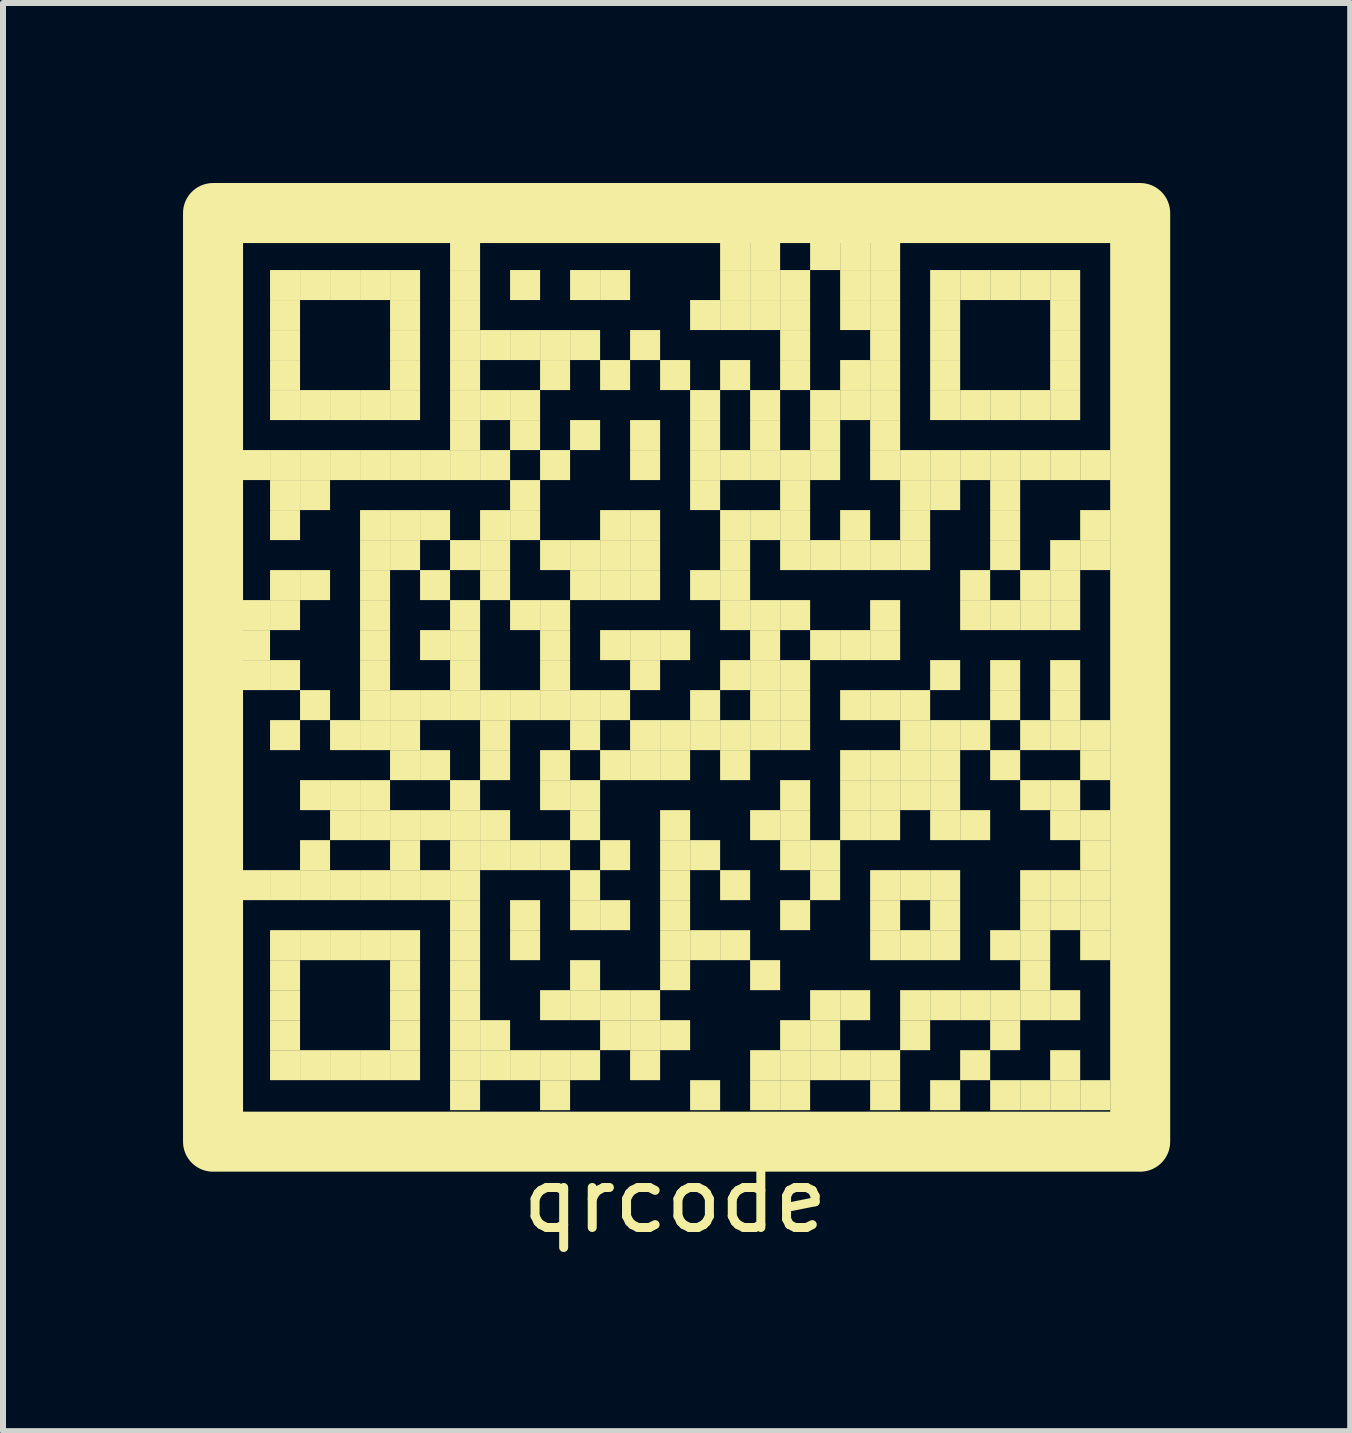
<source format=kicad_pcb>
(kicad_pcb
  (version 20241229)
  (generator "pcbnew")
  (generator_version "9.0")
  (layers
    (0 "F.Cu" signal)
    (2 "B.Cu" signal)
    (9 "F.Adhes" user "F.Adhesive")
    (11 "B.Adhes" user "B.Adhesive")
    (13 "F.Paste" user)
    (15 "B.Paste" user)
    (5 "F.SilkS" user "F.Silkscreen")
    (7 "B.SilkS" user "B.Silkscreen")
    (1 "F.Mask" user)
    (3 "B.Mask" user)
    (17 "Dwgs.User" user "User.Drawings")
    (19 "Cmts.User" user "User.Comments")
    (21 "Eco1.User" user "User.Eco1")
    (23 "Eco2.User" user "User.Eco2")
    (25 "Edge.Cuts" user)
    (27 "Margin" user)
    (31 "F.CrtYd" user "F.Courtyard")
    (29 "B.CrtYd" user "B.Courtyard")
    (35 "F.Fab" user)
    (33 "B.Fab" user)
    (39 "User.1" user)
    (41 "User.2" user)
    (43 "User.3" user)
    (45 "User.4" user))
  (footprint "qrcode"
    (layer "F.Cu")
    (at 8.2 8.2)
    (property "Reference" "qrcode" (at 0 8.75 0) (layer "F.SilkS") (effects (font (size 1 1) (thickness 0.15))))
    (fp_rect (start -7.7 -7.7) (end 7.75 7.775) (stroke (width 1) (type solid)) (fill no) (layer "F.SilkS"))
    (fp_rect (start -7.25 -3.75) (end -6.75 -3.25) (stroke (width 0) (type default)) (fill yes) (layer "F.SilkS"))
    (fp_rect (start -7.25 -1.25) (end -6.75 -0.75) (stroke (width 0) (type default)) (fill yes) (layer "F.SilkS"))
    (fp_rect (start -7.25 -0.75) (end -6.75 -0.25) (stroke (width 0) (type default)) (fill yes) (layer "F.SilkS"))
    (fp_rect (start -7.25 -0.25) (end -6.75 0.25) (stroke (width 0) (type default)) (fill yes) (layer "F.SilkS"))
    (fp_rect (start -7.25 3.25) (end -6.75 3.75) (stroke (width 0) (type default)) (fill yes) (layer "F.SilkS"))
    (fp_rect (start -6.75 -6.75) (end -6.25 -6.25) (stroke (width 0) (type default)) (fill yes) (layer "F.SilkS"))
    (fp_rect (start -6.75 -6.25) (end -6.25 -5.75) (stroke (width 0) (type default)) (fill yes) (layer "F.SilkS"))
    (fp_rect (start -6.75 -5.75) (end -6.25 -5.25) (stroke (width 0) (type default)) (fill yes) (layer "F.SilkS"))
    (fp_rect (start -6.75 -5.25) (end -6.25 -4.75) (stroke (width 0) (type default)) (fill yes) (layer "F.SilkS"))
    (fp_rect (start -6.75 -4.75) (end -6.25 -4.25) (stroke (width 0) (type default)) (fill yes) (layer "F.SilkS"))
    (fp_rect (start -6.75 -3.75) (end -6.25 -3.25) (stroke (width 0) (type default)) (fill yes) (layer "F.SilkS"))
    (fp_rect (start -6.75 -3.25) (end -6.25 -2.75) (stroke (width 0) (type default)) (fill yes) (layer "F.SilkS"))
    (fp_rect (start -6.75 -2.75) (end -6.25 -2.25) (stroke (width 0) (type default)) (fill yes) (layer "F.SilkS"))
    (fp_rect (start -6.75 -1.75) (end -6.25 -1.25) (stroke (width 0) (type default)) (fill yes) (layer "F.SilkS"))
    (fp_rect (start -6.75 -1.25) (end -6.25 -0.75) (stroke (width 0) (type default)) (fill yes) (layer "F.SilkS"))
    (fp_rect (start -6.75 -0.25) (end -6.25 0.25) (stroke (width 0) (type default)) (fill yes) (layer "F.SilkS"))
    (fp_rect (start -6.75 0.75) (end -6.25 1.25) (stroke (width 0) (type default)) (fill yes) (layer "F.SilkS"))
    (fp_rect (start -6.75 3.25) (end -6.25 3.75) (stroke (width 0) (type default)) (fill yes) (layer "F.SilkS"))
    (fp_rect (start -6.75 4.25) (end -6.25 4.75) (stroke (width 0) (type default)) (fill yes) (layer "F.SilkS"))
    (fp_rect (start -6.75 4.75) (end -6.25 5.25) (stroke (width 0) (type default)) (fill yes) (layer "F.SilkS"))
    (fp_rect (start -6.75 5.25) (end -6.25 5.75) (stroke (width 0) (type default)) (fill yes) (layer "F.SilkS"))
    (fp_rect (start -6.75 5.75) (end -6.25 6.25) (stroke (width 0) (type default)) (fill yes) (layer "F.SilkS"))
    (fp_rect (start -6.75 6.25) (end -6.25 6.75) (stroke (width 0) (type default)) (fill yes) (layer "F.SilkS"))
    (fp_rect (start -6.25 -6.75) (end -5.75 -6.25) (stroke (width 0) (type default)) (fill yes) (layer "F.SilkS"))
    (fp_rect (start -6.25 -4.75) (end -5.75 -4.25) (stroke (width 0) (type default)) (fill yes) (layer "F.SilkS"))
    (fp_rect (start -6.25 -3.75) (end -5.75 -3.25) (stroke (width 0) (type default)) (fill yes) (layer "F.SilkS"))
    (fp_rect (start -6.25 -3.25) (end -5.75 -2.75) (stroke (width 0) (type default)) (fill yes) (layer "F.SilkS"))
    (fp_rect (start -6.25 -1.75) (end -5.75 -1.25) (stroke (width 0) (type default)) (fill yes) (layer "F.SilkS"))
    (fp_rect (start -6.25 0.25) (end -5.75 0.75) (stroke (width 0) (type default)) (fill yes) (layer "F.SilkS"))
    (fp_rect (start -6.25 1.75) (end -5.75 2.25) (stroke (width 0) (type default)) (fill yes) (layer "F.SilkS"))
    (fp_rect (start -6.25 2.75) (end -5.75 3.25) (stroke (width 0) (type default)) (fill yes) (layer "F.SilkS"))
    (fp_rect (start -6.25 3.25) (end -5.75 3.75) (stroke (width 0) (type default)) (fill yes) (layer "F.SilkS"))
    (fp_rect (start -6.25 4.25) (end -5.75 4.75) (stroke (width 0) (type default)) (fill yes) (layer "F.SilkS"))
    (fp_rect (start -6.25 6.25) (end -5.75 6.75) (stroke (width 0) (type default)) (fill yes) (layer "F.SilkS"))
    (fp_rect (start -5.75 -6.75) (end -5.25 -6.25) (stroke (width 0) (type default)) (fill yes) (layer "F.SilkS"))
    (fp_rect (start -5.75 -4.75) (end -5.25 -4.25) (stroke (width 0) (type default)) (fill yes) (layer "F.SilkS"))
    (fp_rect (start -5.75 -3.75) (end -5.25 -3.25) (stroke (width 0) (type default)) (fill yes) (layer "F.SilkS"))
    (fp_rect (start -5.75 0.75) (end -5.25 1.25) (stroke (width 0) (type default)) (fill yes) (layer "F.SilkS"))
    (fp_rect (start -5.75 1.75) (end -5.25 2.25) (stroke (width 0) (type default)) (fill yes) (layer "F.SilkS"))
    (fp_rect (start -5.75 2.25) (end -5.25 2.75) (stroke (width 0) (type default)) (fill yes) (layer "F.SilkS"))
    (fp_rect (start -5.75 3.25) (end -5.25 3.75) (stroke (width 0) (type default)) (fill yes) (layer "F.SilkS"))
    (fp_rect (start -5.75 4.25) (end -5.25 4.75) (stroke (width 0) (type default)) (fill yes) (layer "F.SilkS"))
    (fp_rect (start -5.75 6.25) (end -5.25 6.75) (stroke (width 0) (type default)) (fill yes) (layer "F.SilkS"))
    (fp_rect (start -5.25 -6.75) (end -4.75 -6.25) (stroke (width 0) (type default)) (fill yes) (layer "F.SilkS"))
    (fp_rect (start -5.25 -4.75) (end -4.75 -4.25) (stroke (width 0) (type default)) (fill yes) (layer "F.SilkS"))
    (fp_rect (start -5.25 -3.75) (end -4.75 -3.25) (stroke (width 0) (type default)) (fill yes) (layer "F.SilkS"))
    (fp_rect (start -5.25 -2.75) (end -4.75 -2.25) (stroke (width 0) (type default)) (fill yes) (layer "F.SilkS"))
    (fp_rect (start -5.25 -2.25) (end -4.75 -1.75) (stroke (width 0) (type default)) (fill yes) (layer "F.SilkS"))
    (fp_rect (start -5.25 -1.75) (end -4.75 -1.25) (stroke (width 0) (type default)) (fill yes) (layer "F.SilkS"))
    (fp_rect (start -5.25 -1.25) (end -4.75 -0.75) (stroke (width 0) (type default)) (fill yes) (layer "F.SilkS"))
    (fp_rect (start -5.25 -0.75) (end -4.75 -0.25) (stroke (width 0) (type default)) (fill yes) (layer "F.SilkS"))
    (fp_rect (start -5.25 -0.25) (end -4.75 0.25) (stroke (width 0) (type default)) (fill yes) (layer "F.SilkS"))
    (fp_rect (start -5.25 0.25) (end -4.75 0.75) (stroke (width 0) (type default)) (fill yes) (layer "F.SilkS"))
    (fp_rect (start -5.25 0.75) (end -4.75 1.25) (stroke (width 0) (type default)) (fill yes) (layer "F.SilkS"))
    (fp_rect (start -5.25 1.75) (end -4.75 2.25) (stroke (width 0) (type default)) (fill yes) (layer "F.SilkS"))
    (fp_rect (start -5.25 2.25) (end -4.75 2.75) (stroke (width 0) (type default)) (fill yes) (layer "F.SilkS"))
    (fp_rect (start -5.25 3.25) (end -4.75 3.75) (stroke (width 0) (type default)) (fill yes) (layer "F.SilkS"))
    (fp_rect (start -5.25 4.25) (end -4.75 4.75) (stroke (width 0) (type default)) (fill yes) (layer "F.SilkS"))
    (fp_rect (start -5.25 6.25) (end -4.75 6.75) (stroke (width 0) (type default)) (fill yes) (layer "F.SilkS"))
    (fp_rect (start -4.75 -6.75) (end -4.25 -6.25) (stroke (width 0) (type default)) (fill yes) (layer "F.SilkS"))
    (fp_rect (start -4.75 -6.25) (end -4.25 -5.75) (stroke (width 0) (type default)) (fill yes) (layer "F.SilkS"))
    (fp_rect (start -4.75 -5.75) (end -4.25 -5.25) (stroke (width 0) (type default)) (fill yes) (layer "F.SilkS"))
    (fp_rect (start -4.75 -5.25) (end -4.25 -4.75) (stroke (width 0) (type default)) (fill yes) (layer "F.SilkS"))
    (fp_rect (start -4.75 -4.75) (end -4.25 -4.25) (stroke (width 0) (type default)) (fill yes) (layer "F.SilkS"))
    (fp_rect (start -4.75 -3.75) (end -4.25 -3.25) (stroke (width 0) (type default)) (fill yes) (layer "F.SilkS"))
    (fp_rect (start -4.75 -2.75) (end -4.25 -2.25) (stroke (width 0) (type default)) (fill yes) (layer "F.SilkS"))
    (fp_rect (start -4.75 -2.25) (end -4.25 -1.75) (stroke (width 0) (type default)) (fill yes) (layer "F.SilkS"))
    (fp_rect (start -4.75 0.25) (end -4.25 0.75) (stroke (width 0) (type default)) (fill yes) (layer "F.SilkS"))
    (fp_rect (start -4.75 0.75) (end -4.25 1.25) (stroke (width 0) (type default)) (fill yes) (layer "F.SilkS"))
    (fp_rect (start -4.75 1.25) (end -4.25 1.75) (stroke (width 0) (type default)) (fill yes) (layer "F.SilkS"))
    (fp_rect (start -4.75 2.25) (end -4.25 2.75) (stroke (width 0) (type default)) (fill yes) (layer "F.SilkS"))
    (fp_rect (start -4.75 2.75) (end -4.25 3.25) (stroke (width 0) (type default)) (fill yes) (layer "F.SilkS"))
    (fp_rect (start -4.75 3.25) (end -4.25 3.75) (stroke (width 0) (type default)) (fill yes) (layer "F.SilkS"))
    (fp_rect (start -4.75 4.25) (end -4.25 4.75) (stroke (width 0) (type default)) (fill yes) (layer "F.SilkS"))
    (fp_rect (start -4.75 4.75) (end -4.25 5.25) (stroke (width 0) (type default)) (fill yes) (layer "F.SilkS"))
    (fp_rect (start -4.75 5.25) (end -4.25 5.75) (stroke (width 0) (type default)) (fill yes) (layer "F.SilkS"))
    (fp_rect (start -4.75 5.75) (end -4.25 6.25) (stroke (width 0) (type default)) (fill yes) (layer "F.SilkS"))
    (fp_rect (start -4.75 6.25) (end -4.25 6.75) (stroke (width 0) (type default)) (fill yes) (layer "F.SilkS"))
    (fp_rect (start -4.25 -3.75) (end -3.75 -3.25) (stroke (width 0) (type default)) (fill yes) (layer "F.SilkS"))
    (fp_rect (start -4.25 -2.75) (end -3.75 -2.25) (stroke (width 0) (type default)) (fill yes) (layer "F.SilkS"))
    (fp_rect (start -4.25 -1.75) (end -3.75 -1.25) (stroke (width 0) (type default)) (fill yes) (layer "F.SilkS"))
    (fp_rect (start -4.25 -0.75) (end -3.75 -0.25) (stroke (width 0) (type default)) (fill yes) (layer "F.SilkS"))
    (fp_rect (start -4.25 0.25) (end -3.75 0.75) (stroke (width 0) (type default)) (fill yes) (layer "F.SilkS"))
    (fp_rect (start -4.25 1.25) (end -3.75 1.75) (stroke (width 0) (type default)) (fill yes) (layer "F.SilkS"))
    (fp_rect (start -4.25 2.25) (end -3.75 2.75) (stroke (width 0) (type default)) (fill yes) (layer "F.SilkS"))
    (fp_rect (start -4.25 3.25) (end -3.75 3.75) (stroke (width 0) (type default)) (fill yes) (layer "F.SilkS"))
    (fp_rect (start -3.75 -7.25) (end -3.25 -6.75) (stroke (width 0) (type default)) (fill yes) (layer "F.SilkS"))
    (fp_rect (start -3.75 -6.75) (end -3.25 -6.25) (stroke (width 0) (type default)) (fill yes) (layer "F.SilkS"))
    (fp_rect (start -3.75 -6.25) (end -3.25 -5.75) (stroke (width 0) (type default)) (fill yes) (layer "F.SilkS"))
    (fp_rect (start -3.75 -5.75) (end -3.25 -5.25) (stroke (width 0) (type default)) (fill yes) (layer "F.SilkS"))
    (fp_rect (start -3.75 -5.25) (end -3.25 -4.75) (stroke (width 0) (type default)) (fill yes) (layer "F.SilkS"))
    (fp_rect (start -3.75 -4.75) (end -3.25 -4.25) (stroke (width 0) (type default)) (fill yes) (layer "F.SilkS"))
    (fp_rect (start -3.75 -4.25) (end -3.25 -3.75) (stroke (width 0) (type default)) (fill yes) (layer "F.SilkS"))
    (fp_rect (start -3.75 -3.75) (end -3.25 -3.25) (stroke (width 0) (type default)) (fill yes) (layer "F.SilkS"))
    (fp_rect (start -3.75 -2.25) (end -3.25 -1.75) (stroke (width 0) (type default)) (fill yes) (layer "F.SilkS"))
    (fp_rect (start -3.75 -1.25) (end -3.25 -0.75) (stroke (width 0) (type default)) (fill yes) (layer "F.SilkS"))
    (fp_rect (start -3.75 -0.75) (end -3.25 -0.25) (stroke (width 0) (type default)) (fill yes) (layer "F.SilkS"))
    (fp_rect (start -3.75 -0.25) (end -3.25 0.25) (stroke (width 0) (type default)) (fill yes) (layer "F.SilkS"))
    (fp_rect (start -3.75 0.25) (end -3.25 0.75) (stroke (width 0) (type default)) (fill yes) (layer "F.SilkS"))
    (fp_rect (start -3.75 1.75) (end -3.25 2.25) (stroke (width 0) (type default)) (fill yes) (layer "F.SilkS"))
    (fp_rect (start -3.75 2.25) (end -3.25 2.75) (stroke (width 0) (type default)) (fill yes) (layer "F.SilkS"))
    (fp_rect (start -3.75 2.75) (end -3.25 3.25) (stroke (width 0) (type default)) (fill yes) (layer "F.SilkS"))
    (fp_rect (start -3.75 3.25) (end -3.25 3.75) (stroke (width 0) (type default)) (fill yes) (layer "F.SilkS"))
    (fp_rect (start -3.75 3.75) (end -3.25 4.25) (stroke (width 0) (type default)) (fill yes) (layer "F.SilkS"))
    (fp_rect (start -3.75 4.25) (end -3.25 4.75) (stroke (width 0) (type default)) (fill yes) (layer "F.SilkS"))
    (fp_rect (start -3.75 4.75) (end -3.25 5.25) (stroke (width 0) (type default)) (fill yes) (layer "F.SilkS"))
    (fp_rect (start -3.75 5.25) (end -3.25 5.75) (stroke (width 0) (type default)) (fill yes) (layer "F.SilkS"))
    (fp_rect (start -3.75 5.75) (end -3.25 6.25) (stroke (width 0) (type default)) (fill yes) (layer "F.SilkS"))
    (fp_rect (start -3.75 6.25) (end -3.25 6.75) (stroke (width 0) (type default)) (fill yes) (layer "F.SilkS"))
    (fp_rect (start -3.75 6.75) (end -3.25 7.25) (stroke (width 0) (type default)) (fill yes) (layer "F.SilkS"))
    (fp_rect (start -3.25 -5.75) (end -2.75 -5.25) (stroke (width 0) (type default)) (fill yes) (layer "F.SilkS"))
    (fp_rect (start -3.25 -4.75) (end -2.75 -4.25) (stroke (width 0) (type default)) (fill yes) (layer "F.SilkS"))
    (fp_rect (start -3.25 -3.75) (end -2.75 -3.25) (stroke (width 0) (type default)) (fill yes) (layer "F.SilkS"))
    (fp_rect (start -3.25 -2.75) (end -2.75 -2.25) (stroke (width 0) (type default)) (fill yes) (layer "F.SilkS"))
    (fp_rect (start -3.25 -2.25) (end -2.75 -1.75) (stroke (width 0) (type default)) (fill yes) (layer "F.SilkS"))
    (fp_rect (start -3.25 -1.75) (end -2.75 -1.25) (stroke (width 0) (type default)) (fill yes) (layer "F.SilkS"))
    (fp_rect (start -3.25 0.25) (end -2.75 0.75) (stroke (width 0) (type default)) (fill yes) (layer "F.SilkS"))
    (fp_rect (start -3.25 0.75) (end -2.75 1.25) (stroke (width 0) (type default)) (fill yes) (layer "F.SilkS"))
    (fp_rect (start -3.25 1.25) (end -2.75 1.75) (stroke (width 0) (type default)) (fill yes) (layer "F.SilkS"))
    (fp_rect (start -3.25 2.25) (end -2.75 2.75) (stroke (width 0) (type default)) (fill yes) (layer "F.SilkS"))
    (fp_rect (start -3.25 2.75) (end -2.75 3.25) (stroke (width 0) (type default)) (fill yes) (layer "F.SilkS"))
    (fp_rect (start -3.25 5.75) (end -2.75 6.25) (stroke (width 0) (type default)) (fill yes) (layer "F.SilkS"))
    (fp_rect (start -3.25 6.25) (end -2.75 6.75) (stroke (width 0) (type default)) (fill yes) (layer "F.SilkS"))
    (fp_rect (start -2.75 -6.75) (end -2.25 -6.25) (stroke (width 0) (type default)) (fill yes) (layer "F.SilkS"))
    (fp_rect (start -2.75 -5.75) (end -2.25 -5.25) (stroke (width 0) (type default)) (fill yes) (layer "F.SilkS"))
    (fp_rect (start -2.75 -4.75) (end -2.25 -4.25) (stroke (width 0) (type default)) (fill yes) (layer "F.SilkS"))
    (fp_rect (start -2.75 -4.25) (end -2.25 -3.75) (stroke (width 0) (type default)) (fill yes) (layer "F.SilkS"))
    (fp_rect (start -2.75 -3.25) (end -2.25 -2.75) (stroke (width 0) (type default)) (fill yes) (layer "F.SilkS"))
    (fp_rect (start -2.75 -2.75) (end -2.25 -2.25) (stroke (width 0) (type default)) (fill yes) (layer "F.SilkS"))
    (fp_rect (start -2.75 -1.25) (end -2.25 -0.75) (stroke (width 0) (type default)) (fill yes) (layer "F.SilkS"))
    (fp_rect (start -2.75 0.25) (end -2.25 0.75) (stroke (width 0) (type default)) (fill yes) (layer "F.SilkS"))
    (fp_rect (start -2.75 2.75) (end -2.25 3.25) (stroke (width 0) (type default)) (fill yes) (layer "F.SilkS"))
    (fp_rect (start -2.75 3.75) (end -2.25 4.25) (stroke (width 0) (type default)) (fill yes) (layer "F.SilkS"))
    (fp_rect (start -2.75 4.25) (end -2.25 4.75) (stroke (width 0) (type default)) (fill yes) (layer "F.SilkS"))
    (fp_rect (start -2.75 6.25) (end -2.25 6.75) (stroke (width 0) (type default)) (fill yes) (layer "F.SilkS"))
    (fp_rect (start -2.25 -5.75) (end -1.75 -5.25) (stroke (width 0) (type default)) (fill yes) (layer "F.SilkS"))
    (fp_rect (start -2.25 -5.25) (end -1.75 -4.75) (stroke (width 0) (type default)) (fill yes) (layer "F.SilkS"))
    (fp_rect (start -2.25 -3.75) (end -1.75 -3.25) (stroke (width 0) (type default)) (fill yes) (layer "F.SilkS"))
    (fp_rect (start -2.25 -2.25) (end -1.75 -1.75) (stroke (width 0) (type default)) (fill yes) (layer "F.SilkS"))
    (fp_rect (start -2.25 -1.25) (end -1.75 -0.75) (stroke (width 0) (type default)) (fill yes) (layer "F.SilkS"))
    (fp_rect (start -2.25 -0.75) (end -1.75 -0.25) (stroke (width 0) (type default)) (fill yes) (layer "F.SilkS"))
    (fp_rect (start -2.25 -0.25) (end -1.75 0.25) (stroke (width 0) (type default)) (fill yes) (layer "F.SilkS"))
    (fp_rect (start -2.25 0.25) (end -1.75 0.75) (stroke (width 0) (type default)) (fill yes) (layer "F.SilkS"))
    (fp_rect (start -2.25 1.25) (end -1.75 1.75) (stroke (width 0) (type default)) (fill yes) (layer "F.SilkS"))
    (fp_rect (start -2.25 1.75) (end -1.75 2.25) (stroke (width 0) (type default)) (fill yes) (layer "F.SilkS"))
    (fp_rect (start -2.25 2.75) (end -1.75 3.25) (stroke (width 0) (type default)) (fill yes) (layer "F.SilkS"))
    (fp_rect (start -2.25 5.25) (end -1.75 5.75) (stroke (width 0) (type default)) (fill yes) (layer "F.SilkS"))
    (fp_rect (start -2.25 6.25) (end -1.75 6.75) (stroke (width 0) (type default)) (fill yes) (layer "F.SilkS"))
    (fp_rect (start -2.25 6.75) (end -1.75 7.25) (stroke (width 0) (type default)) (fill yes) (layer "F.SilkS"))
    (fp_rect (start -1.75 -6.75) (end -1.25 -6.25) (stroke (width 0) (type default)) (fill yes) (layer "F.SilkS"))
    (fp_rect (start -1.75 -5.75) (end -1.25 -5.25) (stroke (width 0) (type default)) (fill yes) (layer "F.SilkS"))
    (fp_rect (start -1.75 -4.25) (end -1.25 -3.75) (stroke (width 0) (type default)) (fill yes) (layer "F.SilkS"))
    (fp_rect (start -1.75 -2.25) (end -1.25 -1.75) (stroke (width 0) (type default)) (fill yes) (layer "F.SilkS"))
    (fp_rect (start -1.75 -1.75) (end -1.25 -1.25) (stroke (width 0) (type default)) (fill yes) (layer "F.SilkS"))
    (fp_rect (start -1.75 0.25) (end -1.25 0.75) (stroke (width 0) (type default)) (fill yes) (layer "F.SilkS"))
    (fp_rect (start -1.75 0.75) (end -1.25 1.25) (stroke (width 0) (type default)) (fill yes) (layer "F.SilkS"))
    (fp_rect (start -1.75 1.75) (end -1.25 2.25) (stroke (width 0) (type default)) (fill yes) (layer "F.SilkS"))
    (fp_rect (start -1.75 2.25) (end -1.25 2.75) (stroke (width 0) (type default)) (fill yes) (layer "F.SilkS"))
    (fp_rect (start -1.75 3.25) (end -1.25 3.75) (stroke (width 0) (type default)) (fill yes) (layer "F.SilkS"))
    (fp_rect (start -1.75 3.75) (end -1.25 4.25) (stroke (width 0) (type default)) (fill yes) (layer "F.SilkS"))
    (fp_rect (start -1.75 4.75) (end -1.25 5.25) (stroke (width 0) (type default)) (fill yes) (layer "F.SilkS"))
    (fp_rect (start -1.75 5.25) (end -1.25 5.75) (stroke (width 0) (type default)) (fill yes) (layer "F.SilkS"))
    (fp_rect (start -1.75 6.25) (end -1.25 6.75) (stroke (width 0) (type default)) (fill yes) (layer "F.SilkS"))
    (fp_rect (start -1.25 -6.75) (end -0.75 -6.25) (stroke (width 0) (type default)) (fill yes) (layer "F.SilkS"))
    (fp_rect (start -1.25 -5.25) (end -0.75 -4.75) (stroke (width 0) (type default)) (fill yes) (layer "F.SilkS"))
    (fp_rect (start -1.25 -2.75) (end -0.75 -2.25) (stroke (width 0) (type default)) (fill yes) (layer "F.SilkS"))
    (fp_rect (start -1.25 -2.25) (end -0.75 -1.75) (stroke (width 0) (type default)) (fill yes) (layer "F.SilkS"))
    (fp_rect (start -1.25 -1.75) (end -0.75 -1.25) (stroke (width 0) (type default)) (fill yes) (layer "F.SilkS"))
    (fp_rect (start -1.25 -0.75) (end -0.75 -0.25) (stroke (width 0) (type default)) (fill yes) (layer "F.SilkS"))
    (fp_rect (start -1.25 0.25) (end -0.75 0.75) (stroke (width 0) (type default)) (fill yes) (layer "F.SilkS"))
    (fp_rect (start -1.25 1.25) (end -0.75 1.75) (stroke (width 0) (type default)) (fill yes) (layer "F.SilkS"))
    (fp_rect (start -1.25 2.75) (end -0.75 3.25) (stroke (width 0) (type default)) (fill yes) (layer "F.SilkS"))
    (fp_rect (start -1.25 3.75) (end -0.75 4.25) (stroke (width 0) (type default)) (fill yes) (layer "F.SilkS"))
    (fp_rect (start -1.25 5.25) (end -0.75 5.75) (stroke (width 0) (type default)) (fill yes) (layer "F.SilkS"))
    (fp_rect (start -1.25 5.75) (end -0.75 6.25) (stroke (width 0) (type default)) (fill yes) (layer "F.SilkS"))
    (fp_rect (start -0.75 -5.75) (end -0.25 -5.25) (stroke (width 0) (type default)) (fill yes) (layer "F.SilkS"))
    (fp_rect (start -0.75 -4.25) (end -0.25 -3.75) (stroke (width 0) (type default)) (fill yes) (layer "F.SilkS"))
    (fp_rect (start -0.75 -3.75) (end -0.25 -3.25) (stroke (width 0) (type default)) (fill yes) (layer "F.SilkS"))
    (fp_rect (start -0.75 -2.75) (end -0.25 -2.25) (stroke (width 0) (type default)) (fill yes) (layer "F.SilkS"))
    (fp_rect (start -0.75 -2.25) (end -0.25 -1.75) (stroke (width 0) (type default)) (fill yes) (layer "F.SilkS"))
    (fp_rect (start -0.75 -1.75) (end -0.25 -1.25) (stroke (width 0) (type default)) (fill yes) (layer "F.SilkS"))
    (fp_rect (start -0.75 -0.75) (end -0.25 -0.25) (stroke (width 0) (type default)) (fill yes) (layer "F.SilkS"))
    (fp_rect (start -0.75 -0.25) (end -0.25 0.25) (stroke (width 0) (type default)) (fill yes) (layer "F.SilkS"))
    (fp_rect (start -0.75 0.75) (end -0.25 1.25) (stroke (width 0) (type default)) (fill yes) (layer "F.SilkS"))
    (fp_rect (start -0.75 1.25) (end -0.25 1.75) (stroke (width 0) (type default)) (fill yes) (layer "F.SilkS"))
    (fp_rect (start -0.75 5.25) (end -0.25 5.75) (stroke (width 0) (type default)) (fill yes) (layer "F.SilkS"))
    (fp_rect (start -0.75 5.75) (end -0.25 6.25) (stroke (width 0) (type default)) (fill yes) (layer "F.SilkS"))
    (fp_rect (start -0.75 6.25) (end -0.25 6.75) (stroke (width 0) (type default)) (fill yes) (layer "F.SilkS"))
    (fp_rect (start -0.25 -5.25) (end 0.25 -4.75) (stroke (width 0) (type default)) (fill yes) (layer "F.SilkS"))
    (fp_rect (start -0.25 -0.75) (end 0.25 -0.25) (stroke (width 0) (type default)) (fill yes) (layer "F.SilkS"))
    (fp_rect (start -0.25 0.75) (end 0.25 1.25) (stroke (width 0) (type default)) (fill yes) (layer "F.SilkS"))
    (fp_rect (start -0.25 1.25) (end 0.25 1.75) (stroke (width 0) (type default)) (fill yes) (layer "F.SilkS"))
    (fp_rect (start -0.25 2.25) (end 0.25 2.75) (stroke (width 0) (type default)) (fill yes) (layer "F.SilkS"))
    (fp_rect (start -0.25 2.75) (end 0.25 3.25) (stroke (width 0) (type default)) (fill yes) (layer "F.SilkS"))
    (fp_rect (start -0.25 3.25) (end 0.25 3.75) (stroke (width 0) (type default)) (fill yes) (layer "F.SilkS"))
    (fp_rect (start -0.25 3.75) (end 0.25 4.25) (stroke (width 0) (type default)) (fill yes) (layer "F.SilkS"))
    (fp_rect (start -0.25 4.25) (end 0.25 4.75) (stroke (width 0) (type default)) (fill yes) (layer "F.SilkS"))
    (fp_rect (start -0.25 4.75) (end 0.25 5.25) (stroke (width 0) (type default)) (fill yes) (layer "F.SilkS"))
    (fp_rect (start -0.25 5.75) (end 0.25 6.25) (stroke (width 0) (type default)) (fill yes) (layer "F.SilkS"))
    (fp_rect (start 0.25 -6.25) (end 0.75 -5.75) (stroke (width 0) (type default)) (fill yes) (layer "F.SilkS"))
    (fp_rect (start 0.25 -4.75) (end 0.75 -4.25) (stroke (width 0) (type default)) (fill yes) (layer "F.SilkS"))
    (fp_rect (start 0.25 -4.25) (end 0.75 -3.75) (stroke (width 0) (type default)) (fill yes) (layer "F.SilkS"))
    (fp_rect (start 0.25 -3.75) (end 0.75 -3.25) (stroke (width 0) (type default)) (fill yes) (layer "F.SilkS"))
    (fp_rect (start 0.25 -3.25) (end 0.75 -2.75) (stroke (width 0) (type default)) (fill yes) (layer "F.SilkS"))
    (fp_rect (start 0.25 -1.75) (end 0.75 -1.25) (stroke (width 0) (type default)) (fill yes) (layer "F.SilkS"))
    (fp_rect (start 0.25 0.25) (end 0.75 0.75) (stroke (width 0) (type default)) (fill yes) (layer "F.SilkS"))
    (fp_rect (start 0.25 0.75) (end 0.75 1.25) (stroke (width 0) (type default)) (fill yes) (layer "F.SilkS"))
    (fp_rect (start 0.25 2.75) (end 0.75 3.25) (stroke (width 0) (type default)) (fill yes) (layer "F.SilkS"))
    (fp_rect (start 0.25 4.25) (end 0.75 4.75) (stroke (width 0) (type default)) (fill yes) (layer "F.SilkS"))
    (fp_rect (start 0.25 6.75) (end 0.75 7.25) (stroke (width 0) (type default)) (fill yes) (layer "F.SilkS"))
    (fp_rect (start 0.75 -7.25) (end 1.25 -6.75) (stroke (width 0) (type default)) (fill yes) (layer "F.SilkS"))
    (fp_rect (start 0.75 -6.75) (end 1.25 -6.25) (stroke (width 0) (type default)) (fill yes) (layer "F.SilkS"))
    (fp_rect (start 0.75 -6.25) (end 1.25 -5.75) (stroke (width 0) (type default)) (fill yes) (layer "F.SilkS"))
    (fp_rect (start 0.75 -5.25) (end 1.25 -4.75) (stroke (width 0) (type default)) (fill yes) (layer "F.SilkS"))
    (fp_rect (start 0.75 -3.75) (end 1.25 -3.25) (stroke (width 0) (type default)) (fill yes) (layer "F.SilkS"))
    (fp_rect (start 0.75 -2.75) (end 1.25 -2.25) (stroke (width 0) (type default)) (fill yes) (layer "F.SilkS"))
    (fp_rect (start 0.75 -2.25) (end 1.25 -1.75) (stroke (width 0) (type default)) (fill yes) (layer "F.SilkS"))
    (fp_rect (start 0.75 -1.75) (end 1.25 -1.25) (stroke (width 0) (type default)) (fill yes) (layer "F.SilkS"))
    (fp_rect (start 0.75 -1.25) (end 1.25 -0.75) (stroke (width 0) (type default)) (fill yes) (layer "F.SilkS"))
    (fp_rect (start 0.75 -0.25) (end 1.25 0.25) (stroke (width 0) (type default)) (fill yes) (layer "F.SilkS"))
    (fp_rect (start 0.75 0.75) (end 1.25 1.25) (stroke (width 0) (type default)) (fill yes) (layer "F.SilkS"))
    (fp_rect (start 0.75 1.25) (end 1.25 1.75) (stroke (width 0) (type default)) (fill yes) (layer "F.SilkS"))
    (fp_rect (start 0.75 3.25) (end 1.25 3.75) (stroke (width 0) (type default)) (fill yes) (layer "F.SilkS"))
    (fp_rect (start 0.75 4.25) (end 1.25 4.75) (stroke (width 0) (type default)) (fill yes) (layer "F.SilkS"))
    (fp_rect (start 1.25 -7.25) (end 1.75 -6.75) (stroke (width 0) (type default)) (fill yes) (layer "F.SilkS"))
    (fp_rect (start 1.25 -6.75) (end 1.75 -6.25) (stroke (width 0) (type default)) (fill yes) (layer "F.SilkS"))
    (fp_rect (start 1.25 -6.25) (end 1.75 -5.75) (stroke (width 0) (type default)) (fill yes) (layer "F.SilkS"))
    (fp_rect (start 1.25 -4.75) (end 1.75 -4.25) (stroke (width 0) (type default)) (fill yes) (layer "F.SilkS"))
    (fp_rect (start 1.25 -4.25) (end 1.75 -3.75) (stroke (width 0) (type default)) (fill yes) (layer "F.SilkS"))
    (fp_rect (start 1.25 -3.75) (end 1.75 -3.25) (stroke (width 0) (type default)) (fill yes) (layer "F.SilkS"))
    (fp_rect (start 1.25 -2.75) (end 1.75 -2.25) (stroke (width 0) (type default)) (fill yes) (layer "F.SilkS"))
    (fp_rect (start 1.25 -1.25) (end 1.75 -0.75) (stroke (width 0) (type default)) (fill yes) (layer "F.SilkS"))
    (fp_rect (start 1.25 -0.75) (end 1.75 -0.25) (stroke (width 0) (type default)) (fill yes) (layer "F.SilkS"))
    (fp_rect (start 1.25 -0.25) (end 1.75 0.25) (stroke (width 0) (type default)) (fill yes) (layer "F.SilkS"))
    (fp_rect (start 1.25 0.25) (end 1.75 0.75) (stroke (width 0) (type default)) (fill yes) (layer "F.SilkS"))
    (fp_rect (start 1.25 0.75) (end 1.75 1.25) (stroke (width 0) (type default)) (fill yes) (layer "F.SilkS"))
    (fp_rect (start 1.25 2.25) (end 1.75 2.75) (stroke (width 0) (type default)) (fill yes) (layer "F.SilkS"))
    (fp_rect (start 1.25 4.75) (end 1.75 5.25) (stroke (width 0) (type default)) (fill yes) (layer "F.SilkS"))
    (fp_rect (start 1.25 6.25) (end 1.75 6.75) (stroke (width 0) (type default)) (fill yes) (layer "F.SilkS"))
    (fp_rect (start 1.25 6.75) (end 1.75 7.25) (stroke (width 0) (type default)) (fill yes) (layer "F.SilkS"))
    (fp_rect (start 1.75 -6.75) (end 2.25 -6.25) (stroke (width 0) (type default)) (fill yes) (layer "F.SilkS"))
    (fp_rect (start 1.75 -6.25) (end 2.25 -5.75) (stroke (width 0) (type default)) (fill yes) (layer "F.SilkS"))
    (fp_rect (start 1.75 -5.75) (end 2.25 -5.25) (stroke (width 0) (type default)) (fill yes) (layer "F.SilkS"))
    (fp_rect (start 1.75 -5.25) (end 2.25 -4.75) (stroke (width 0) (type default)) (fill yes) (layer "F.SilkS"))
    (fp_rect (start 1.75 -3.75) (end 2.25 -3.25) (stroke (width 0) (type default)) (fill yes) (layer "F.SilkS"))
    (fp_rect (start 1.75 -3.25) (end 2.25 -2.75) (stroke (width 0) (type default)) (fill yes) (layer "F.SilkS"))
    (fp_rect (start 1.75 -2.75) (end 2.25 -2.25) (stroke (width 0) (type default)) (fill yes) (layer "F.SilkS"))
    (fp_rect (start 1.75 -2.25) (end 2.25 -1.75) (stroke (width 0) (type default)) (fill yes) (layer "F.SilkS"))
    (fp_rect (start 1.75 -1.25) (end 2.25 -0.75) (stroke (width 0) (type default)) (fill yes) (layer "F.SilkS"))
    (fp_rect (start 1.75 -0.25) (end 2.25 0.25) (stroke (width 0) (type default)) (fill yes) (layer "F.SilkS"))
    (fp_rect (start 1.75 0.25) (end 2.25 0.75) (stroke (width 0) (type default)) (fill yes) (layer "F.SilkS"))
    (fp_rect (start 1.75 0.75) (end 2.25 1.25) (stroke (width 0) (type default)) (fill yes) (layer "F.SilkS"))
    (fp_rect (start 1.75 1.75) (end 2.25 2.25) (stroke (width 0) (type default)) (fill yes) (layer "F.SilkS"))
    (fp_rect (start 1.75 2.25) (end 2.25 2.75) (stroke (width 0) (type default)) (fill yes) (layer "F.SilkS"))
    (fp_rect (start 1.75 2.75) (end 2.25 3.25) (stroke (width 0) (type default)) (fill yes) (layer "F.SilkS"))
    (fp_rect (start 1.75 3.75) (end 2.25 4.25) (stroke (width 0) (type default)) (fill yes) (layer "F.SilkS"))
    (fp_rect (start 1.75 5.75) (end 2.25 6.25) (stroke (width 0) (type default)) (fill yes) (layer "F.SilkS"))
    (fp_rect (start 1.75 6.25) (end 2.25 6.75) (stroke (width 0) (type default)) (fill yes) (layer "F.SilkS"))
    (fp_rect (start 1.75 6.75) (end 2.25 7.25) (stroke (width 0) (type default)) (fill yes) (layer "F.SilkS"))
    (fp_rect (start 2.25 -7.25) (end 2.75 -6.75) (stroke (width 0) (type default)) (fill yes) (layer "F.SilkS"))
    (fp_rect (start 2.25 -4.75) (end 2.75 -4.25) (stroke (width 0) (type default)) (fill yes) (layer "F.SilkS"))
    (fp_rect (start 2.25 -4.25) (end 2.75 -3.75) (stroke (width 0) (type default)) (fill yes) (layer "F.SilkS"))
    (fp_rect (start 2.25 -3.75) (end 2.75 -3.25) (stroke (width 0) (type default)) (fill yes) (layer "F.SilkS"))
    (fp_rect (start 2.25 -2.25) (end 2.75 -1.75) (stroke (width 0) (type default)) (fill yes) (layer "F.SilkS"))
    (fp_rect (start 2.25 -0.75) (end 2.75 -0.25) (stroke (width 0) (type default)) (fill yes) (layer "F.SilkS"))
    (fp_rect (start 2.25 2.75) (end 2.75 3.25) (stroke (width 0) (type default)) (fill yes) (layer "F.SilkS"))
    (fp_rect (start 2.25 3.25) (end 2.75 3.75) (stroke (width 0) (type default)) (fill yes) (layer "F.SilkS"))
    (fp_rect (start 2.25 5.25) (end 2.75 5.75) (stroke (width 0) (type default)) (fill yes) (layer "F.SilkS"))
    (fp_rect (start 2.25 5.75) (end 2.75 6.25) (stroke (width 0) (type default)) (fill yes) (layer "F.SilkS"))
    (fp_rect (start 2.25 6.25) (end 2.75 6.75) (stroke (width 0) (type default)) (fill yes) (layer "F.SilkS"))
    (fp_rect (start 2.75 -7.25) (end 3.25 -6.75) (stroke (width 0) (type default)) (fill yes) (layer "F.SilkS"))
    (fp_rect (start 2.75 -6.75) (end 3.25 -6.25) (stroke (width 0) (type default)) (fill yes) (layer "F.SilkS"))
    (fp_rect (start 2.75 -6.25) (end 3.25 -5.75) (stroke (width 0) (type default)) (fill yes) (layer "F.SilkS"))
    (fp_rect (start 2.75 -5.25) (end 3.25 -4.75) (stroke (width 0) (type default)) (fill yes) (layer "F.SilkS"))
    (fp_rect (start 2.75 -4.75) (end 3.25 -4.25) (stroke (width 0) (type default)) (fill yes) (layer "F.SilkS"))
    (fp_rect (start 2.75 -2.75) (end 3.25 -2.25) (stroke (width 0) (type default)) (fill yes) (layer "F.SilkS"))
    (fp_rect (start 2.75 -2.25) (end 3.25 -1.75) (stroke (width 0) (type default)) (fill yes) (layer "F.SilkS"))
    (fp_rect (start 2.75 -0.75) (end 3.25 -0.25) (stroke (width 0) (type default)) (fill yes) (layer "F.SilkS"))
    (fp_rect (start 2.75 0.25) (end 3.25 0.75) (stroke (width 0) (type default)) (fill yes) (layer "F.SilkS"))
    (fp_rect (start 2.75 1.25) (end 3.25 1.75) (stroke (width 0) (type default)) (fill yes) (layer "F.SilkS"))
    (fp_rect (start 2.75 1.75) (end 3.25 2.25) (stroke (width 0) (type default)) (fill yes) (layer "F.SilkS"))
    (fp_rect (start 2.75 2.25) (end 3.25 2.75) (stroke (width 0) (type default)) (fill yes) (layer "F.SilkS"))
    (fp_rect (start 2.75 5.25) (end 3.25 5.75) (stroke (width 0) (type default)) (fill yes) (layer "F.SilkS"))
    (fp_rect (start 2.75 6.25) (end 3.25 6.75) (stroke (width 0) (type default)) (fill yes) (layer "F.SilkS"))
    (fp_rect (start 3.25 -7.25) (end 3.75 -6.75) (stroke (width 0) (type default)) (fill yes) (layer "F.SilkS"))
    (fp_rect (start 3.25 -6.75) (end 3.75 -6.25) (stroke (width 0) (type default)) (fill yes) (layer "F.SilkS"))
    (fp_rect (start 3.25 -6.25) (end 3.75 -5.75) (stroke (width 0) (type default)) (fill yes) (layer "F.SilkS"))
    (fp_rect (start 3.25 -5.75) (end 3.75 -5.25) (stroke (width 0) (type default)) (fill yes) (layer "F.SilkS"))
    (fp_rect (start 3.25 -5.25) (end 3.75 -4.75) (stroke (width 0) (type default)) (fill yes) (layer "F.SilkS"))
    (fp_rect (start 3.25 -4.75) (end 3.75 -4.25) (stroke (width 0) (type default)) (fill yes) (layer "F.SilkS"))
    (fp_rect (start 3.25 -4.25) (end 3.75 -3.75) (stroke (width 0) (type default)) (fill yes) (layer "F.SilkS"))
    (fp_rect (start 3.25 -3.75) (end 3.75 -3.25) (stroke (width 0) (type default)) (fill yes) (layer "F.SilkS"))
    (fp_rect (start 3.25 -2.25) (end 3.75 -1.75) (stroke (width 0) (type default)) (fill yes) (layer "F.SilkS"))
    (fp_rect (start 3.25 -1.25) (end 3.75 -0.75) (stroke (width 0) (type default)) (fill yes) (layer "F.SilkS"))
    (fp_rect (start 3.25 -0.75) (end 3.75 -0.25) (stroke (width 0) (type default)) (fill yes) (layer "F.SilkS"))
    (fp_rect (start 3.25 0.25) (end 3.75 0.75) (stroke (width 0) (type default)) (fill yes) (layer "F.SilkS"))
    (fp_rect (start 3.25 1.25) (end 3.75 1.75) (stroke (width 0) (type default)) (fill yes) (layer "F.SilkS"))
    (fp_rect (start 3.25 1.75) (end 3.75 2.25) (stroke (width 0) (type default)) (fill yes) (layer "F.SilkS"))
    (fp_rect (start 3.25 2.25) (end 3.75 2.75) (stroke (width 0) (type default)) (fill yes) (layer "F.SilkS"))
    (fp_rect (start 3.25 3.25) (end 3.75 3.75) (stroke (width 0) (type default)) (fill yes) (layer "F.SilkS"))
    (fp_rect (start 3.25 3.75) (end 3.75 4.25) (stroke (width 0) (type default)) (fill yes) (layer "F.SilkS"))
    (fp_rect (start 3.25 4.25) (end 3.75 4.75) (stroke (width 0) (type default)) (fill yes) (layer "F.SilkS"))
    (fp_rect (start 3.25 6.25) (end 3.75 6.75) (stroke (width 0) (type default)) (fill yes) (layer "F.SilkS"))
    (fp_rect (start 3.25 6.75) (end 3.75 7.25) (stroke (width 0) (type default)) (fill yes) (layer "F.SilkS"))
    (fp_rect (start 3.75 -3.75) (end 4.25 -3.25) (stroke (width 0) (type default)) (fill yes) (layer "F.SilkS"))
    (fp_rect (start 3.75 -3.25) (end 4.25 -2.75) (stroke (width 0) (type default)) (fill yes) (layer "F.SilkS"))
    (fp_rect (start 3.75 -2.75) (end 4.25 -2.25) (stroke (width 0) (type default)) (fill yes) (layer "F.SilkS"))
    (fp_rect (start 3.75 -2.25) (end 4.25 -1.75) (stroke (width 0) (type default)) (fill yes) (layer "F.SilkS"))
    (fp_rect (start 3.75 0.25) (end 4.25 0.75) (stroke (width 0) (type default)) (fill yes) (layer "F.SilkS"))
    (fp_rect (start 3.75 0.75) (end 4.25 1.25) (stroke (width 0) (type default)) (fill yes) (layer "F.SilkS"))
    (fp_rect (start 3.75 1.25) (end 4.25 1.75) (stroke (width 0) (type default)) (fill yes) (layer "F.SilkS"))
    (fp_rect (start 3.75 1.75) (end 4.25 2.25) (stroke (width 0) (type default)) (fill yes) (layer "F.SilkS"))
    (fp_rect (start 3.75 3.25) (end 4.25 3.75) (stroke (width 0) (type default)) (fill yes) (layer "F.SilkS"))
    (fp_rect (start 3.75 4.25) (end 4.25 4.75) (stroke (width 0) (type default)) (fill yes) (layer "F.SilkS"))
    (fp_rect (start 3.75 5.25) (end 4.25 5.75) (stroke (width 0) (type default)) (fill yes) (layer "F.SilkS"))
    (fp_rect (start 3.75 5.75) (end 4.25 6.25) (stroke (width 0) (type default)) (fill yes) (layer "F.SilkS"))
    (fp_rect (start 4.25 -6.75) (end 4.75 -6.25) (stroke (width 0) (type default)) (fill yes) (layer "F.SilkS"))
    (fp_rect (start 4.25 -6.25) (end 4.75 -5.75) (stroke (width 0) (type default)) (fill yes) (layer "F.SilkS"))
    (fp_rect (start 4.25 -5.75) (end 4.75 -5.25) (stroke (width 0) (type default)) (fill yes) (layer "F.SilkS"))
    (fp_rect (start 4.25 -5.25) (end 4.75 -4.75) (stroke (width 0) (type default)) (fill yes) (layer "F.SilkS"))
    (fp_rect (start 4.25 -4.75) (end 4.75 -4.25) (stroke (width 0) (type default)) (fill yes) (layer "F.SilkS"))
    (fp_rect (start 4.25 -3.75) (end 4.75 -3.25) (stroke (width 0) (type default)) (fill yes) (layer "F.SilkS"))
    (fp_rect (start 4.25 -3.25) (end 4.75 -2.75) (stroke (width 0) (type default)) (fill yes) (layer "F.SilkS"))
    (fp_rect (start 4.25 -0.25) (end 4.75 0.25) (stroke (width 0) (type default)) (fill yes) (layer "F.SilkS"))
    (fp_rect (start 4.25 0.75) (end 4.75 1.25) (stroke (width 0) (type default)) (fill yes) (layer "F.SilkS"))
    (fp_rect (start 4.25 1.25) (end 4.75 1.75) (stroke (width 0) (type default)) (fill yes) (layer "F.SilkS"))
    (fp_rect (start 4.25 1.75) (end 4.75 2.25) (stroke (width 0) (type default)) (fill yes) (layer "F.SilkS"))
    (fp_rect (start 4.25 2.25) (end 4.75 2.75) (stroke (width 0) (type default)) (fill yes) (layer "F.SilkS"))
    (fp_rect (start 4.25 3.25) (end 4.75 3.75) (stroke (width 0) (type default)) (fill yes) (layer "F.SilkS"))
    (fp_rect (start 4.25 3.75) (end 4.75 4.25) (stroke (width 0) (type default)) (fill yes) (layer "F.SilkS"))
    (fp_rect (start 4.25 4.25) (end 4.75 4.75) (stroke (width 0) (type default)) (fill yes) (layer "F.SilkS"))
    (fp_rect (start 4.25 5.25) (end 4.75 5.75) (stroke (width 0) (type default)) (fill yes) (layer "F.SilkS"))
    (fp_rect (start 4.25 6.75) (end 4.75 7.25) (stroke (width 0) (type default)) (fill yes) (layer "F.SilkS"))
    (fp_rect (start 4.75 -6.75) (end 5.25 -6.25) (stroke (width 0) (type default)) (fill yes) (layer "F.SilkS"))
    (fp_rect (start 4.75 -4.75) (end 5.25 -4.25) (stroke (width 0) (type default)) (fill yes) (layer "F.SilkS"))
    (fp_rect (start 4.75 -3.75) (end 5.25 -3.25) (stroke (width 0) (type default)) (fill yes) (layer "F.SilkS"))
    (fp_rect (start 4.75 -1.75) (end 5.25 -1.25) (stroke (width 0) (type default)) (fill yes) (layer "F.SilkS"))
    (fp_rect (start 4.75 -1.25) (end 5.25 -0.75) (stroke (width 0) (type default)) (fill yes) (layer "F.SilkS"))
    (fp_rect (start 4.75 0.75) (end 5.25 1.25) (stroke (width 0) (type default)) (fill yes) (layer "F.SilkS"))
    (fp_rect (start 4.75 2.25) (end 5.25 2.75) (stroke (width 0) (type default)) (fill yes) (layer "F.SilkS"))
    (fp_rect (start 4.75 5.25) (end 5.25 5.75) (stroke (width 0) (type default)) (fill yes) (layer "F.SilkS"))
    (fp_rect (start 4.75 6.25) (end 5.25 6.75) (stroke (width 0) (type default)) (fill yes) (layer "F.SilkS"))
    (fp_rect (start 5.25 -6.75) (end 5.75 -6.25) (stroke (width 0) (type default)) (fill yes) (layer "F.SilkS"))
    (fp_rect (start 5.25 -4.75) (end 5.75 -4.25) (stroke (width 0) (type default)) (fill yes) (layer "F.SilkS"))
    (fp_rect (start 5.25 -3.75) (end 5.75 -3.25) (stroke (width 0) (type default)) (fill yes) (layer "F.SilkS"))
    (fp_rect (start 5.25 -3.25) (end 5.75 -2.75) (stroke (width 0) (type default)) (fill yes) (layer "F.SilkS"))
    (fp_rect (start 5.25 -2.75) (end 5.75 -2.25) (stroke (width 0) (type default)) (fill yes) (layer "F.SilkS"))
    (fp_rect (start 5.25 -2.25) (end 5.75 -1.75) (stroke (width 0) (type default)) (fill yes) (layer "F.SilkS"))
    (fp_rect (start 5.25 -1.25) (end 5.75 -0.75) (stroke (width 0) (type default)) (fill yes) (layer "F.SilkS"))
    (fp_rect (start 5.25 -0.25) (end 5.75 0.25) (stroke (width 0) (type default)) (fill yes) (layer "F.SilkS"))
    (fp_rect (start 5.25 0.25) (end 5.75 0.75) (stroke (width 0) (type default)) (fill yes) (layer "F.SilkS"))
    (fp_rect (start 5.25 1.25) (end 5.75 1.75) (stroke (width 0) (type default)) (fill yes) (layer "F.SilkS"))
    (fp_rect (start 5.25 4.25) (end 5.75 4.75) (stroke (width 0) (type default)) (fill yes) (layer "F.SilkS"))
    (fp_rect (start 5.25 5.25) (end 5.75 5.75) (stroke (width 0) (type default)) (fill yes) (layer "F.SilkS"))
    (fp_rect (start 5.25 5.75) (end 5.75 6.25) (stroke (width 0) (type default)) (fill yes) (layer "F.SilkS"))
    (fp_rect (start 5.25 6.75) (end 5.75 7.25) (stroke (width 0) (type default)) (fill yes) (layer "F.SilkS"))
    (fp_rect (start 5.75 -6.75) (end 6.25 -6.25) (stroke (width 0) (type default)) (fill yes) (layer "F.SilkS"))
    (fp_rect (start 5.75 -4.75) (end 6.25 -4.25) (stroke (width 0) (type default)) (fill yes) (layer "F.SilkS"))
    (fp_rect (start 5.75 -3.75) (end 6.25 -3.25) (stroke (width 0) (type default)) (fill yes) (layer "F.SilkS"))
    (fp_rect (start 5.75 -1.75) (end 6.25 -1.25) (stroke (width 0) (type default)) (fill yes) (layer "F.SilkS"))
    (fp_rect (start 5.75 -1.25) (end 6.25 -0.75) (stroke (width 0) (type default)) (fill yes) (layer "F.SilkS"))
    (fp_rect (start 5.75 0.75) (end 6.25 1.25) (stroke (width 0) (type default)) (fill yes) (layer "F.SilkS"))
    (fp_rect (start 5.75 1.75) (end 6.25 2.25) (stroke (width 0) (type default)) (fill yes) (layer "F.SilkS"))
    (fp_rect (start 5.75 3.25) (end 6.25 3.75) (stroke (width 0) (type default)) (fill yes) (layer "F.SilkS"))
    (fp_rect (start 5.75 3.75) (end 6.25 4.25) (stroke (width 0) (type default)) (fill yes) (layer "F.SilkS"))
    (fp_rect (start 5.75 4.25) (end 6.25 4.75) (stroke (width 0) (type default)) (fill yes) (layer "F.SilkS"))
    (fp_rect (start 5.75 4.75) (end 6.25 5.25) (stroke (width 0) (type default)) (fill yes) (layer "F.SilkS"))
    (fp_rect (start 5.75 5.25) (end 6.25 5.75) (stroke (width 0) (type default)) (fill yes) (layer "F.SilkS"))
    (fp_rect (start 5.75 6.75) (end 6.25 7.25) (stroke (width 0) (type default)) (fill yes) (layer "F.SilkS"))
    (fp_rect (start 6.25 -6.75) (end 6.75 -6.25) (stroke (width 0) (type default)) (fill yes) (layer "F.SilkS"))
    (fp_rect (start 6.25 -6.25) (end 6.75 -5.75) (stroke (width 0) (type default)) (fill yes) (layer "F.SilkS"))
    (fp_rect (start 6.25 -5.75) (end 6.75 -5.25) (stroke (width 0) (type default)) (fill yes) (layer "F.SilkS"))
    (fp_rect (start 6.25 -5.25) (end 6.75 -4.75) (stroke (width 0) (type default)) (fill yes) (layer "F.SilkS"))
    (fp_rect (start 6.25 -4.75) (end 6.75 -4.25) (stroke (width 0) (type default)) (fill yes) (layer "F.SilkS"))
    (fp_rect (start 6.25 -3.75) (end 6.75 -3.25) (stroke (width 0) (type default)) (fill yes) (layer "F.SilkS"))
    (fp_rect (start 6.25 -2.25) (end 6.75 -1.75) (stroke (width 0) (type default)) (fill yes) (layer "F.SilkS"))
    (fp_rect (start 6.25 -1.75) (end 6.75 -1.25) (stroke (width 0) (type default)) (fill yes) (layer "F.SilkS"))
    (fp_rect (start 6.25 -1.25) (end 6.75 -0.75) (stroke (width 0) (type default)) (fill yes) (layer "F.SilkS"))
    (fp_rect (start 6.25 -0.25) (end 6.75 0.25) (stroke (width 0) (type default)) (fill yes) (layer "F.SilkS"))
    (fp_rect (start 6.25 0.25) (end 6.75 0.75) (stroke (width 0) (type default)) (fill yes) (layer "F.SilkS"))
    (fp_rect (start 6.25 0.75) (end 6.75 1.25) (stroke (width 0) (type default)) (fill yes) (layer "F.SilkS"))
    (fp_rect (start 6.25 1.75) (end 6.75 2.25) (stroke (width 0) (type default)) (fill yes) (layer "F.SilkS"))
    (fp_rect (start 6.25 2.25) (end 6.75 2.75) (stroke (width 0) (type default)) (fill yes) (layer "F.SilkS"))
    (fp_rect (start 6.25 3.25) (end 6.75 3.75) (stroke (width 0) (type default)) (fill yes) (layer "F.SilkS"))
    (fp_rect (start 6.25 3.75) (end 6.75 4.25) (stroke (width 0) (type default)) (fill yes) (layer "F.SilkS"))
    (fp_rect (start 6.25 5.25) (end 6.75 5.75) (stroke (width 0) (type default)) (fill yes) (layer "F.SilkS"))
    (fp_rect (start 6.25 6.25) (end 6.75 6.75) (stroke (width 0) (type default)) (fill yes) (layer "F.SilkS"))
    (fp_rect (start 6.25 6.75) (end 6.75 7.25) (stroke (width 0) (type default)) (fill yes) (layer "F.SilkS"))
    (fp_rect (start 6.75 -3.75) (end 7.25 -3.25) (stroke (width 0) (type default)) (fill yes) (layer "F.SilkS"))
    (fp_rect (start 6.75 -2.75) (end 7.25 -2.25) (stroke (width 0) (type default)) (fill yes) (layer "F.SilkS"))
    (fp_rect (start 6.75 -2.25) (end 7.25 -1.75) (stroke (width 0) (type default)) (fill yes) (layer "F.SilkS"))
    (fp_rect (start 6.75 0.75) (end 7.25 1.25) (stroke (width 0) (type default)) (fill yes) (layer "F.SilkS"))
    (fp_rect (start 6.75 1.25) (end 7.25 1.75) (stroke (width 0) (type default)) (fill yes) (layer "F.SilkS"))
    (fp_rect (start 6.75 2.25) (end 7.25 2.75) (stroke (width 0) (type default)) (fill yes) (layer "F.SilkS"))
    (fp_rect (start 6.75 2.75) (end 7.25 3.25) (stroke (width 0) (type default)) (fill yes) (layer "F.SilkS"))
    (fp_rect (start 6.75 3.25) (end 7.25 3.75) (stroke (width 0) (type default)) (fill yes) (layer "F.SilkS"))
    (fp_rect (start 6.75 3.75) (end 7.25 4.25) (stroke (width 0) (type default)) (fill yes) (layer "F.SilkS"))
    (fp_rect (start 6.75 4.25) (end 7.25 4.75) (stroke (width 0) (type default)) (fill yes) (layer "F.SilkS"))
    (fp_rect (start 6.75 6.75) (end 7.25 7.25) (stroke (width 0) (type default)) (fill yes) (layer "F.SilkS")))
  (gr_rect
    (start -3 -3)
    (end 19.45 20.798)
    (stroke (width 0.1) (type default))
    (fill no)
    (layer "Edge.Cuts")))
</source>
